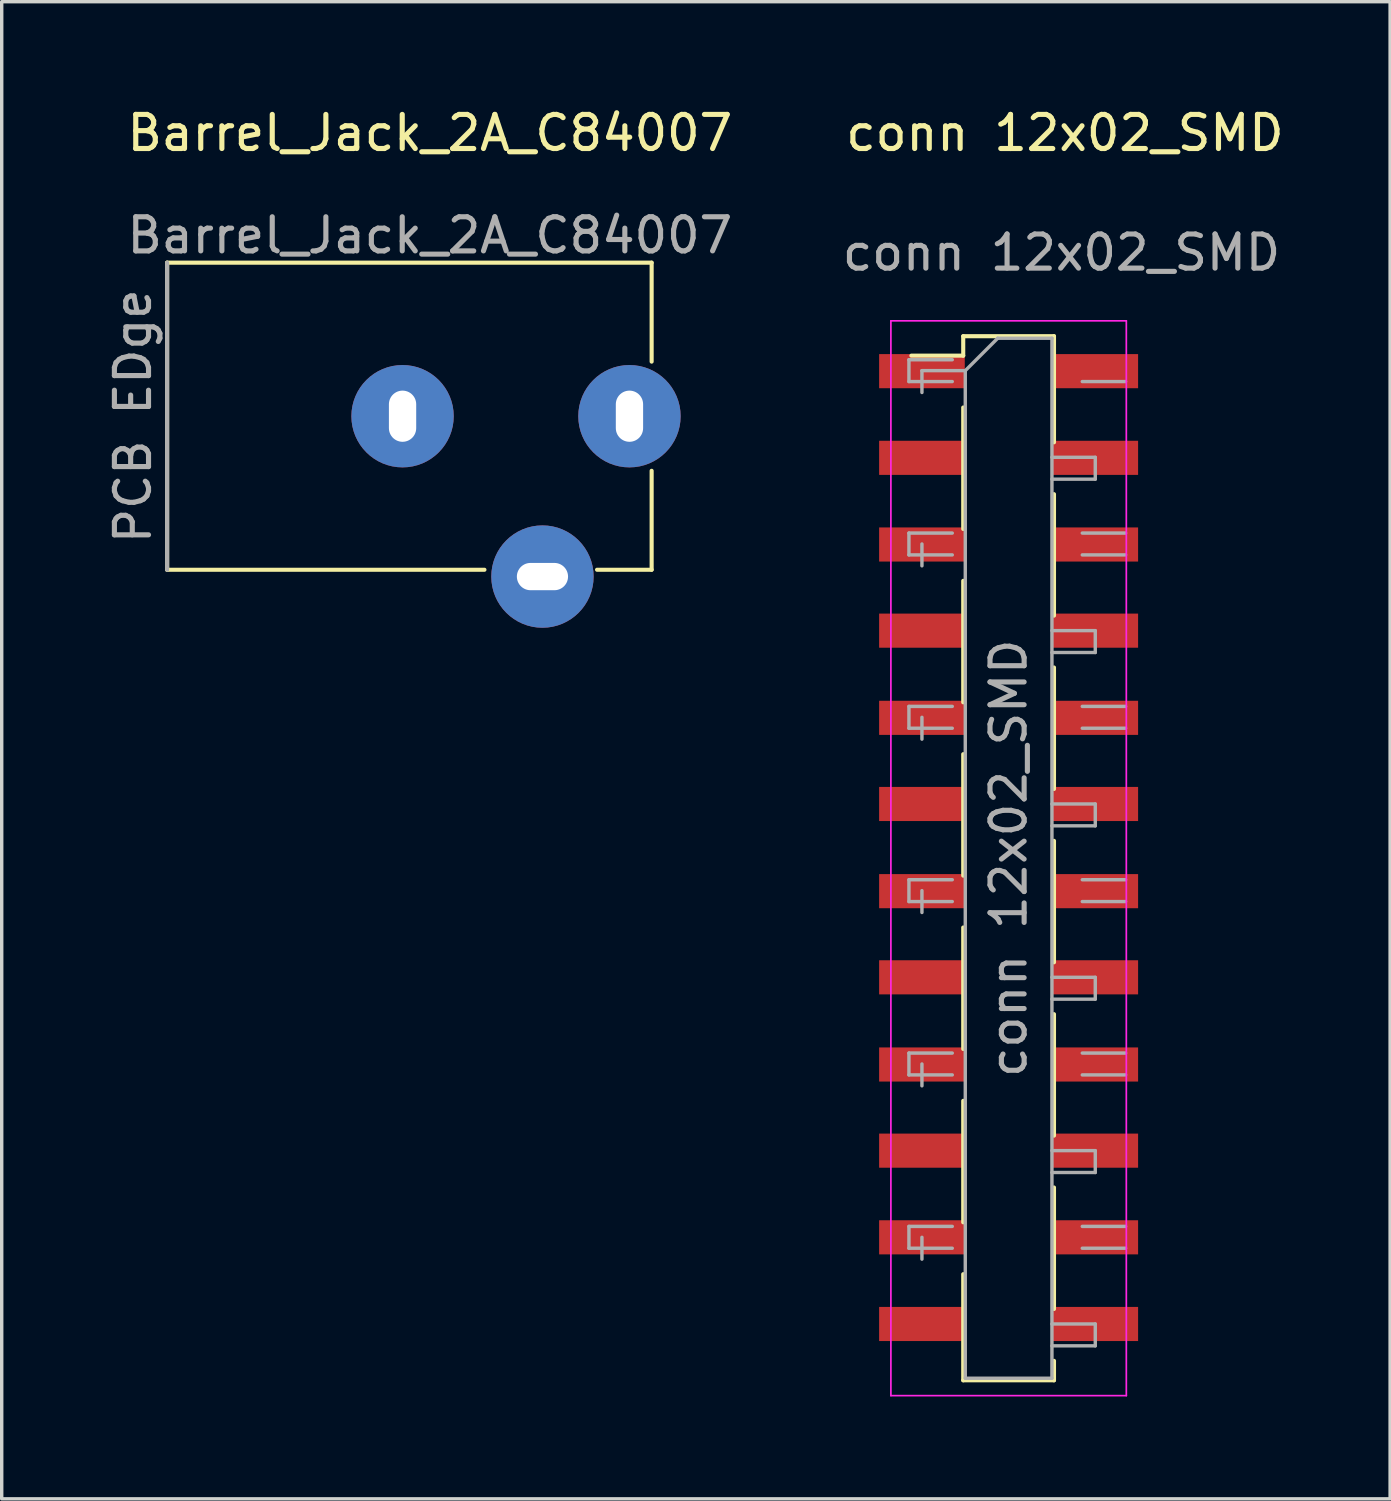
<source format=kicad_pcb>
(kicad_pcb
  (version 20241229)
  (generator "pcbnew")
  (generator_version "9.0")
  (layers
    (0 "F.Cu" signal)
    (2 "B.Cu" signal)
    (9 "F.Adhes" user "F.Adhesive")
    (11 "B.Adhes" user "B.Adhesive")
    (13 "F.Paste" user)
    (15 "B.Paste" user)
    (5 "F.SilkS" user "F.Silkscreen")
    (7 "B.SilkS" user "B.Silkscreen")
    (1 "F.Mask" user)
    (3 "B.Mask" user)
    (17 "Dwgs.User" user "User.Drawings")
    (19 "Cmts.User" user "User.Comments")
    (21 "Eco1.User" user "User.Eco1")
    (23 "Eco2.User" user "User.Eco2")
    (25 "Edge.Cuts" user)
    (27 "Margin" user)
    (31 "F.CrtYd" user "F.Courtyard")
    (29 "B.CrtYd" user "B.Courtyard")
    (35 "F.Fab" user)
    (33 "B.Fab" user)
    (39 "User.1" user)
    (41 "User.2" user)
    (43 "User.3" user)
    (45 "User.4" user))
  (footprint "conn 12x02_SMD"
    (layer "F.Cu")
    (at 28.161 20.848)
    (property "Reference" "conn 12x02_SMD" (at 0 -20 0) (unlocked yes) (layer "F.SilkS") (effects (font (size 1 1) (thickness 0.15))))
    (attr smd)
    (fp_line (start -2.981 -14.045) (end -2.981 -13.475) (stroke (width 0.12) (type solid)) (layer "F.SilkS"))
    (fp_line (start -2.981 -14.045) (end -0.321 -14.045) (stroke (width 0.12) (type solid)) (layer "F.SilkS"))
    (fp_line (start -2.981 -13.475) (end -4.501 -13.475) (stroke (width 0.12) (type solid)) (layer "F.SilkS"))
    (fp_line (start -2.981 -11.955) (end -2.981 -8.395) (stroke (width 0.12) (type solid)) (layer "F.SilkS"))
    (fp_line (start -2.981 -6.875) (end -2.981 -3.315) (stroke (width 0.12) (type solid)) (layer "F.SilkS"))
    (fp_line (start -2.981 -1.795) (end -2.981 1.765) (stroke (width 0.12) (type solid)) (layer "F.SilkS"))
    (fp_line (start -2.981 3.285) (end -2.981 6.845) (stroke (width 0.12) (type solid)) (layer "F.SilkS"))
    (fp_line (start -2.981 8.365) (end -2.981 11.925) (stroke (width 0.12) (type solid)) (layer "F.SilkS"))
    (fp_line (start -2.981 13.445) (end -2.981 16.555) (stroke (width 0.12) (type solid)) (layer "F.SilkS"))
    (fp_line (start -2.981 16.555) (end -0.321 16.555) (stroke (width 0.12) (type solid)) (layer "F.SilkS"))
    (fp_line (start -0.321 -14.045) (end -0.321 -10.935) (stroke (width 0.12) (type solid)) (layer "F.SilkS"))
    (fp_line (start -0.321 -9.415) (end -0.321 -5.855) (stroke (width 0.12) (type solid)) (layer "F.SilkS"))
    (fp_line (start -0.321 -4.335) (end -0.321 -0.775) (stroke (width 0.12) (type solid)) (layer "F.SilkS"))
    (fp_line (start -0.321 0.745) (end -0.321 4.305) (stroke (width 0.12) (type solid)) (layer "F.SilkS"))
    (fp_line (start -0.321 5.825) (end -0.321 9.385) (stroke (width 0.12) (type solid)) (layer "F.SilkS"))
    (fp_line (start -0.321 10.905) (end -0.321 14.465) (stroke (width 0.12) (type solid)) (layer "F.SilkS"))
    (fp_line (start -0.321 15.985) (end -0.321 16.555) (stroke (width 0.12) (type solid)) (layer "F.SilkS"))
    (fp_line (start -5.101 -14.495) (end -5.101 17.005) (stroke (width 0.05) (type solid)) (layer "F.CrtYd"))
    (fp_line (start -5.101 17.005) (end 1.799 17.005) (stroke (width 0.05) (type solid)) (layer "F.CrtYd"))
    (fp_line (start 1.799 -14.495) (end -5.101 -14.495) (stroke (width 0.05) (type solid)) (layer "F.CrtYd"))
    (fp_line (start 1.799 17.005) (end 1.799 -14.495) (stroke (width 0.05) (type solid)) (layer "F.CrtYd"))
    (fp_line (start -4.572 -13.355) (end -4.572 -12.715) (stroke (width 0.1) (type solid)) (layer "F.Fab"))
    (fp_line (start -4.572 -12.715) (end -3.302 -12.715) (stroke (width 0.1) (type solid)) (layer "F.Fab"))
    (fp_line (start -4.572 -8.275) (end -4.572 -7.635) (stroke (width 0.1) (type solid)) (layer "F.Fab"))
    (fp_line (start -4.572 -7.635) (end -3.302 -7.635) (stroke (width 0.1) (type solid)) (layer "F.Fab"))
    (fp_line (start -4.572 -3.195) (end -4.572 -2.555) (stroke (width 0.1) (type solid)) (layer "F.Fab"))
    (fp_line (start -4.572 -2.555) (end -3.302 -2.555) (stroke (width 0.1) (type solid)) (layer "F.Fab"))
    (fp_line (start -4.572 1.885) (end -4.572 2.525) (stroke (width 0.1) (type solid)) (layer "F.Fab"))
    (fp_line (start -4.572 2.525) (end -3.302 2.525) (stroke (width 0.1) (type solid)) (layer "F.Fab"))
    (fp_line (start -4.572 6.965) (end -4.572 7.605) (stroke (width 0.1) (type solid)) (layer "F.Fab"))
    (fp_line (start -4.572 7.605) (end -3.302 7.605) (stroke (width 0.1) (type solid)) (layer "F.Fab"))
    (fp_line (start -4.572 12.045) (end -4.572 12.685) (stroke (width 0.1) (type solid)) (layer "F.Fab"))
    (fp_line (start -4.572 12.685) (end -3.302 12.685) (stroke (width 0.1) (type solid)) (layer "F.Fab"))
    (fp_line (start -4.191 -13.035) (end -4.191 -12.395) (stroke (width 0.1) (type solid)) (layer "F.Fab"))
    (fp_line (start -4.191 -7.955) (end -4.191 -7.315) (stroke (width 0.1) (type solid)) (layer "F.Fab"))
    (fp_line (start -4.191 -2.875) (end -4.191 -2.235) (stroke (width 0.1) (type solid)) (layer "F.Fab"))
    (fp_line (start -4.191 2.205) (end -4.191 2.845) (stroke (width 0.1) (type solid)) (layer "F.Fab"))
    (fp_line (start -4.191 7.285) (end -4.191 7.925) (stroke (width 0.1) (type solid)) (layer "F.Fab"))
    (fp_line (start -4.191 12.365) (end -4.191 13.005) (stroke (width 0.1) (type solid)) (layer "F.Fab"))
    (fp_line (start -3.302 -13.355) (end -4.572 -13.355) (stroke (width 0.1) (type solid)) (layer "F.Fab"))
    (fp_line (start -3.302 -8.275) (end -4.572 -8.275) (stroke (width 0.1) (type solid)) (layer "F.Fab"))
    (fp_line (start -3.302 -3.195) (end -4.572 -3.195) (stroke (width 0.1) (type solid)) (layer "F.Fab"))
    (fp_line (start -3.302 1.885) (end -4.572 1.885) (stroke (width 0.1) (type solid)) (layer "F.Fab"))
    (fp_line (start -3.302 6.965) (end -4.572 6.965) (stroke (width 0.1) (type solid)) (layer "F.Fab"))
    (fp_line (start -3.302 12.045) (end -4.572 12.045) (stroke (width 0.1) (type solid)) (layer "F.Fab"))
    (fp_line (start -2.921 -13.035) (end -4.191 -13.035) (stroke (width 0.1) (type solid)) (layer "F.Fab"))
    (fp_line (start -2.921 -13.035) (end -1.971 -13.985) (stroke (width 0.1) (type solid)) (layer "F.Fab"))
    (fp_line (start -2.921 16.495) (end -2.921 -13.035) (stroke (width 0.1) (type solid)) (layer "F.Fab"))
    (fp_line (start -1.971 -13.985) (end -0.381 -13.985) (stroke (width 0.1) (type solid)) (layer "F.Fab"))
    (fp_line (start -0.381 -13.985) (end -0.381 16.495) (stroke (width 0.1) (type solid)) (layer "F.Fab"))
    (fp_line (start -0.381 -10.495) (end 0.889 -10.495) (stroke (width 0.1) (type solid)) (layer "F.Fab"))
    (fp_line (start -0.381 -5.415) (end 0.889 -5.415) (stroke (width 0.1) (type solid)) (layer "F.Fab"))
    (fp_line (start -0.381 -0.335) (end 0.889 -0.335) (stroke (width 0.1) (type solid)) (layer "F.Fab"))
    (fp_line (start -0.381 4.745) (end 0.889 4.745) (stroke (width 0.1) (type solid)) (layer "F.Fab"))
    (fp_line (start -0.381 9.825) (end 0.889 9.825) (stroke (width 0.1) (type solid)) (layer "F.Fab"))
    (fp_line (start -0.381 14.905) (end 0.889 14.905) (stroke (width 0.1) (type solid)) (layer "F.Fab"))
    (fp_line (start -0.381 16.495) (end -2.921 16.495) (stroke (width 0.1) (type solid)) (layer "F.Fab"))
    (fp_line (start 0.508 -12.715) (end 1.778 -12.715) (stroke (width 0.1) (type solid)) (layer "F.Fab"))
    (fp_line (start 0.508 -7.635) (end 1.778 -7.635) (stroke (width 0.1) (type solid)) (layer "F.Fab"))
    (fp_line (start 0.508 -2.555) (end 1.778 -2.555) (stroke (width 0.1) (type solid)) (layer "F.Fab"))
    (fp_line (start 0.508 2.525) (end 1.778 2.525) (stroke (width 0.1) (type solid)) (layer "F.Fab"))
    (fp_line (start 0.508 7.605) (end 1.778 7.605) (stroke (width 0.1) (type solid)) (layer "F.Fab"))
    (fp_line (start 0.508 12.685) (end 1.778 12.685) (stroke (width 0.1) (type solid)) (layer "F.Fab"))
    (fp_line (start 0.889 -10.495) (end 0.889 -9.855) (stroke (width 0.1) (type solid)) (layer "F.Fab"))
    (fp_line (start 0.889 -9.855) (end -0.381 -9.855) (stroke (width 0.1) (type solid)) (layer "F.Fab"))
    (fp_line (start 0.889 -5.415) (end 0.889 -4.775) (stroke (width 0.1) (type solid)) (layer "F.Fab"))
    (fp_line (start 0.889 -4.775) (end -0.381 -4.775) (stroke (width 0.1) (type solid)) (layer "F.Fab"))
    (fp_line (start 0.889 -0.335) (end 0.889 0.305) (stroke (width 0.1) (type solid)) (layer "F.Fab"))
    (fp_line (start 0.889 0.305) (end -0.381 0.305) (stroke (width 0.1) (type solid)) (layer "F.Fab"))
    (fp_line (start 0.889 4.745) (end 0.889 5.385) (stroke (width 0.1) (type solid)) (layer "F.Fab"))
    (fp_line (start 0.889 5.385) (end -0.381 5.385) (stroke (width 0.1) (type solid)) (layer "F.Fab"))
    (fp_line (start 0.889 9.825) (end 0.889 10.465) (stroke (width 0.1) (type solid)) (layer "F.Fab"))
    (fp_line (start 0.889 10.465) (end -0.381 10.465) (stroke (width 0.1) (type solid)) (layer "F.Fab"))
    (fp_line (start 0.889 14.905) (end 0.889 15.545) (stroke (width 0.1) (type solid)) (layer "F.Fab"))
    (fp_line (start 0.889 15.545) (end -0.381 15.545) (stroke (width 0.1) (type solid)) (layer "F.Fab"))
    (fp_line (start 1.778 -8.275) (end 0.508 -8.275) (stroke (width 0.1) (type solid)) (layer "F.Fab"))
    (fp_line (start 1.778 -3.195) (end 0.508 -3.195) (stroke (width 0.1) (type solid)) (layer "F.Fab"))
    (fp_line (start 1.778 1.885) (end 0.508 1.885) (stroke (width 0.1) (type solid)) (layer "F.Fab"))
    (fp_line (start 1.778 6.965) (end 0.508 6.965) (stroke (width 0.1) (type solid)) (layer "F.Fab"))
    (fp_line (start 1.778 12.045) (end 0.508 12.045) (stroke (width 0.1) (type solid)) (layer "F.Fab"))
    (fp_text user "${REFERENCE}" (at -0.101 -16.495 0) (unlocked yes) (layer "F.Fab") (effects (font (size 1 1) (thickness 0.15))))
    (fp_text user "${REFERENCE}" (at -1.651 1.255 90) (layer "F.Fab") (effects (font (size 1 1) (thickness 0.15))))
    (pad "1" smd rect (at -4.191 -13.02) (size 2.51 1) (layers "F.Cu" "F.Mask" "F.Paste"))
    (pad "2" smd rect (at 0.889 -13.02) (size 2.51 1) (layers "F.Cu" "F.Mask" "F.Paste"))
    (pad "3" smd rect (at -4.191 -10.48) (size 2.51 1) (layers "F.Cu" "F.Mask" "F.Paste"))
    (pad "4" smd rect (at 0.889 -10.48) (size 2.51 1) (layers "F.Cu" "F.Mask" "F.Paste"))
    (pad "5" smd rect (at -4.191 -7.94) (size 2.51 1) (layers "F.Cu" "F.Mask" "F.Paste"))
    (pad "6" smd rect (at 0.889 -7.94) (size 2.51 1) (layers "F.Cu" "F.Mask" "F.Paste"))
    (pad "7" smd rect (at -4.191 -5.415) (size 2.51 1) (layers "F.Cu" "F.Mask" "F.Paste"))
    (pad "8" smd rect (at 0.889 -5.415) (size 2.51 1) (layers "F.Cu" "F.Mask" "F.Paste"))
    (pad "9" smd rect (at -4.191 -2.86) (size 2.51 1) (layers "F.Cu" "F.Mask" "F.Paste"))
    (pad "10" smd rect (at 0.889 -2.86) (size 2.51 1) (layers "F.Cu" "F.Mask" "F.Paste"))
    (pad "11" smd rect (at -4.191 -0.335) (size 2.51 1) (layers "F.Cu" "F.Mask" "F.Paste"))
    (pad "12" smd rect (at 0.889 -0.335) (size 2.51 1) (layers "F.Cu" "F.Mask" "F.Paste"))
    (pad "13" smd rect (at -4.191 2.22) (size 2.51 1) (layers "F.Cu" "F.Mask" "F.Paste"))
    (pad "14" smd rect (at 0.889 2.22) (size 2.51 1) (layers "F.Cu" "F.Mask" "F.Paste"))
    (pad "15" smd rect (at -4.191 4.745) (size 2.51 1) (layers "F.Cu" "F.Mask" "F.Paste"))
    (pad "16" smd rect (at 0.889 4.745) (size 2.51 1) (layers "F.Cu" "F.Mask" "F.Paste"))
    (pad "17" smd rect (at -4.191 7.3) (size 2.51 1) (layers "F.Cu" "F.Mask" "F.Paste"))
    (pad "18" smd rect (at 0.889 7.3) (size 2.51 1) (layers "F.Cu" "F.Mask" "F.Paste"))
    (pad "19" smd rect (at -4.191 9.825) (size 2.51 1) (layers "F.Cu" "F.Mask" "F.Paste"))
    (pad "20" smd rect (at 0.889 9.825) (size 2.51 1) (layers "F.Cu" "F.Mask" "F.Paste"))
    (pad "21" smd rect (at -4.191 12.365) (size 2.51 1) (layers "F.Cu" "F.Mask" "F.Paste"))
    (pad "22" smd rect (at 0.889 12.365) (size 2.51 1) (layers "F.Cu" "F.Mask" "F.Paste"))
    (pad "23" smd rect (at -4.191 14.905) (size 2.51 1) (layers "F.Cu" "F.Mask" "F.Paste"))
    (pad "24" smd rect (at 0.889 14.905) (size 2.51 1) (layers "F.Cu" "F.Mask" "F.Paste")))
  (footprint "Barrel_Jack_2A_C84007"
    (layer "F.Cu")
    (at 1.848 9.148)
    (property "Reference" "Barrel_Jack_2A_C84007" (at 7.7 -8.3 0) (unlocked yes) (layer "F.SilkS") (effects (font (size 1 1) (thickness 0.15))))
    (attr through_hole)
    (fp_line (start 0 -4.5) (end 14.2 -4.5) (stroke (width 0.12) (type solid)) (layer "F.SilkS"))
    (fp_line (start 0 4.5) (end 0 -4.5) (stroke (width 0.12) (type solid)) (layer "F.SilkS"))
    (fp_line (start 9.3 4.5) (end 0 4.5) (stroke (width 0.12) (type solid)) (layer "F.SilkS"))
    (fp_line (start 14.2 -4.5) (end 14.2 -1.6) (stroke (width 0.12) (type solid)) (layer "F.SilkS"))
    (fp_line (start 14.2 1.6) (end 14.2 4.5) (stroke (width 0.12) (type solid)) (layer "F.SilkS"))
    (fp_line (start 14.2 4.5) (end 12.6 4.5) (stroke (width 0.12) (type solid)) (layer "F.SilkS"))
    (fp_line (start 0 -4.5) (end 0 4.5) (stroke (width 0.12) (type solid)) (layer "F.Fab"))
    (fp_text user "PCB EDge" (at -1 0 90) (unlocked yes) (layer "F.Fab") (effects (font (size 1 1) (thickness 0.15))))
    (fp_text user "${REFERENCE}" (at 7.7 -5.3 0) (unlocked yes) (layer "F.Fab") (effects (font (size 1 1) (thickness 0.15))))
    (pad "1" thru_hole circle (at 13.55 0 90) (size 3 3) (drill oval 1.5 0.8) (layers "*.Cu" "*.Mask"))
    (pad "2" thru_hole circle (at 6.9 0 90) (size 3 3) (drill oval 1.5 0.8) (layers "*.Cu" "*.Mask"))
    (pad "3" thru_hole circle (at 11 4.7 180) (size 3 3) (drill oval 1.5 0.8) (layers "*.Cu" "*.Mask")))
  (gr_rect
    (start -3 -3)
    (end 37.691 40.878)
    (stroke (width 0.1) (type default))
    (fill no)
    (layer "Edge.Cuts")))
</source>
